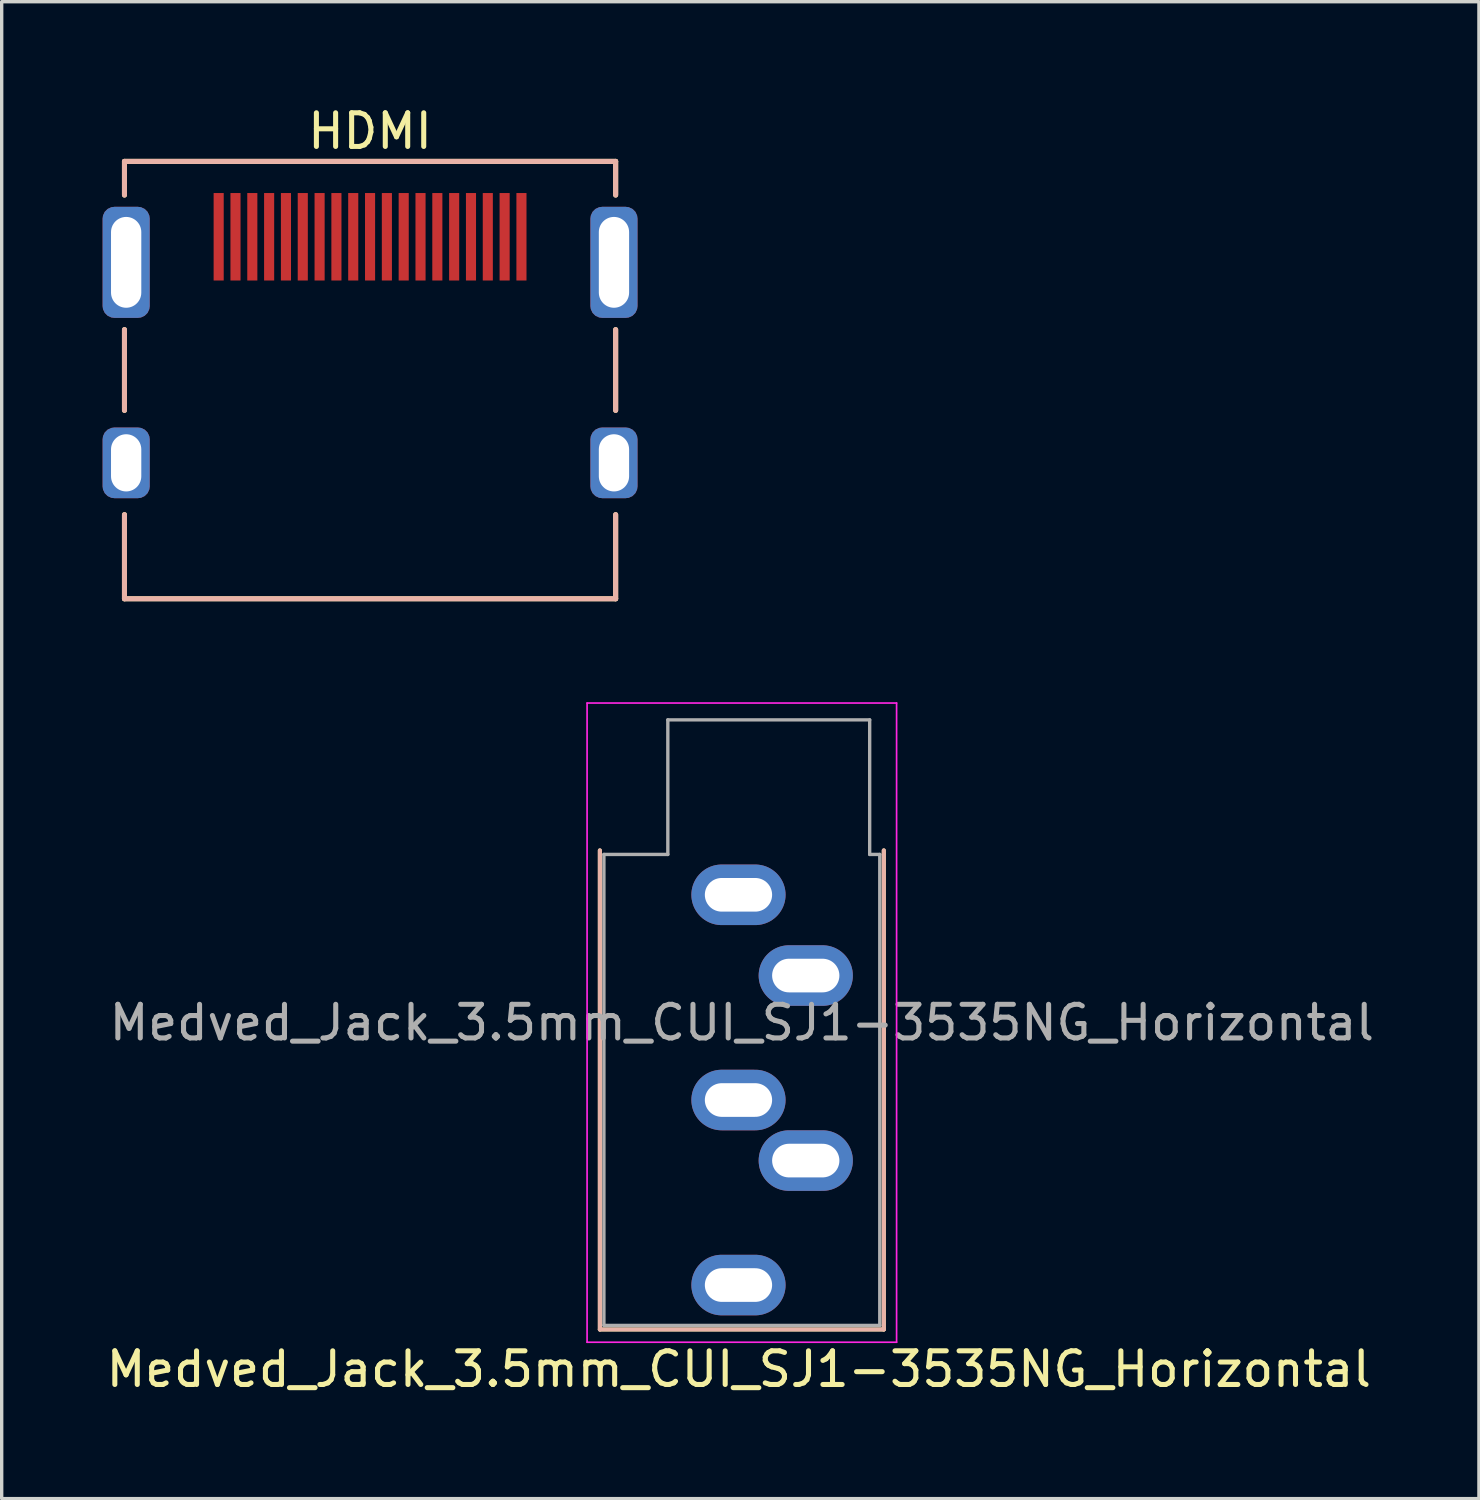
<source format=kicad_pcb>
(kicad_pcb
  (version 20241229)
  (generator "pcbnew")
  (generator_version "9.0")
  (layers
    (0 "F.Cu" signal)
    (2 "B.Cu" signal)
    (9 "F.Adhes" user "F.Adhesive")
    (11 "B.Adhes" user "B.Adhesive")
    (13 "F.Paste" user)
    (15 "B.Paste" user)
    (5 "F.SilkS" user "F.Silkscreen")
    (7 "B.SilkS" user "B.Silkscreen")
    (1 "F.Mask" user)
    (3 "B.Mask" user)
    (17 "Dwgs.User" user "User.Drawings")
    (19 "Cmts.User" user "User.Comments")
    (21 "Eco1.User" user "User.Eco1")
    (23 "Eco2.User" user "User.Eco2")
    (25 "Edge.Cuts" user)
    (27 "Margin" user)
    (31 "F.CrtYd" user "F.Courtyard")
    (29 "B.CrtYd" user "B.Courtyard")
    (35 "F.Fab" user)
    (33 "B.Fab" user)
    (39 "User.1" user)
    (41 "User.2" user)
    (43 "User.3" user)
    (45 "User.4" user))
  (footprint "HDMI"
    (layer "F.Cu")
    (at 7.95 4.748)
    (property "Reference" "HDMI" (at 0 -3.9 180) (layer "F.SilkS") (effects (font (size 1 1) (thickness 0.15))))
    (attr through_hole)
    (fp_line (start -7.3 -3) (end 7.3 -3) (stroke (width 0.15) (type solid)) (layer "F.SilkS"))
    (fp_line (start -7.3 -2) (end -7.3 -3) (stroke (width 0.15) (type solid)) (layer "F.SilkS"))
    (fp_line (start -7.3 2) (end -7.3 4.4) (stroke (width 0.15) (type solid)) (layer "F.SilkS"))
    (fp_line (start -7.3 7.5) (end -7.3 10) (stroke (width 0.15) (type solid)) (layer "F.SilkS"))
    (fp_line (start -7.3 10) (end 7.3 10) (stroke (width 0.15) (type solid)) (layer "F.SilkS"))
    (fp_line (start 7.3 -3) (end 7.3 -2) (stroke (width 0.15) (type solid)) (layer "F.SilkS"))
    (fp_line (start 7.3 2) (end 7.3 4.4) (stroke (width 0.15) (type solid)) (layer "F.SilkS"))
    (fp_line (start 7.3 10) (end 7.3 7.5) (stroke (width 0.15) (type solid)) (layer "F.SilkS"))
    (fp_line (start -7.3 -3) (end 7.3 -3) (stroke (width 0.15) (type solid)) (layer "B.SilkS"))
    (fp_line (start -7.3 -2) (end -7.3 -3) (stroke (width 0.15) (type solid)) (layer "B.SilkS"))
    (fp_line (start -7.3 2) (end -7.3 4.4) (stroke (width 0.15) (type solid)) (layer "B.SilkS"))
    (fp_line (start -7.3 7.5) (end -7.3 10) (stroke (width 0.15) (type solid)) (layer "B.SilkS"))
    (fp_line (start -7.3 10) (end 7.3 10) (stroke (width 0.15) (type solid)) (layer "B.SilkS"))
    (fp_line (start 7.3 -3) (end 7.3 -2) (stroke (width 0.15) (type solid)) (layer "B.SilkS"))
    (fp_line (start 7.3 2) (end 7.3 4.4) (stroke (width 0.15) (type solid)) (layer "B.SilkS"))
    (fp_line (start 7.3 10) (end 7.3 7.5) (stroke (width 0.15) (type solid)) (layer "B.SilkS"))
    (pad "1" smd rect (at 4.5 -0.76) (size 0.3 2.6) (layers "F.Cu" "F.Mask" "F.Paste"))
    (pad "2" smd rect (at 4 -0.76) (size 0.3 2.6) (layers "F.Cu" "F.Mask" "F.Paste"))
    (pad "3" smd rect (at 3.5 -0.76) (size 0.3 2.6) (layers "F.Cu" "F.Mask" "F.Paste"))
    (pad "4" smd rect (at 3 -0.76) (size 0.3 2.6) (layers "F.Cu" "F.Mask" "F.Paste"))
    (pad "5" smd rect (at 2.5 -0.76) (size 0.3 2.6) (layers "F.Cu" "F.Mask" "F.Paste"))
    (pad "6" smd rect (at 2 -0.76) (size 0.3 2.6) (layers "F.Cu" "F.Mask" "F.Paste"))
    (pad "7" smd rect (at 1.5 -0.76) (size 0.3 2.6) (layers "F.Cu" "F.Mask" "F.Paste"))
    (pad "8" smd rect (at 1 -0.76) (size 0.3 2.6) (layers "F.Cu" "F.Mask" "F.Paste"))
    (pad "9" smd rect (at 0.5 -0.76) (size 0.3 2.6) (layers "F.Cu" "F.Mask" "F.Paste"))
    (pad "10" smd rect (at 0 -0.76) (size 0.3 2.6) (layers "F.Cu" "F.Mask" "F.Paste"))
    (pad "11" smd rect (at -0.5 -0.76) (size 0.3 2.6) (layers "F.Cu" "F.Mask" "F.Paste"))
    (pad "12" smd rect (at -1 -0.76) (size 0.3 2.6) (layers "F.Cu" "F.Mask" "F.Paste"))
    (pad "13" smd rect (at -1.5 -0.76) (size 0.3 2.6) (layers "F.Cu" "F.Mask" "F.Paste"))
    (pad "14" smd rect (at -2 -0.76) (size 0.3 2.6) (layers "F.Cu" "F.Mask" "F.Paste"))
    (pad "15" smd rect (at -2.5 -0.76) (size 0.3 2.6) (layers "F.Cu" "F.Mask" "F.Paste"))
    (pad "16" smd rect (at -3 -0.76) (size 0.3 2.6) (layers "F.Cu" "F.Mask" "F.Paste"))
    (pad "17" smd rect (at -3.5 -0.76) (size 0.3 2.6) (layers "F.Cu" "F.Mask" "F.Paste"))
    (pad "18" smd rect (at -4 -0.76) (size 0.3 2.6) (layers "F.Cu" "F.Mask" "F.Paste"))
    (pad "19" smd rect (at -4.5 -0.76) (size 0.3 2.6) (layers "F.Cu" "F.Mask" "F.Paste"))
    (pad "20" thru_hole roundrect (at -7.25 0) (size 1.4 3.3) (drill oval 0.9 2.7) (layers "*.Cu" "*.Mask") (roundrect_rratio 0.25))
    (pad "21" thru_hole roundrect (at -7.25 5.96) (size 1.4 2.1) (drill oval 0.9 1.7) (layers "*.Cu" "*.Mask") (roundrect_rratio 0.25))
    (pad "22" thru_hole roundrect (at 7.25 5.96) (size 1.4 2.1) (drill oval 0.9 1.7) (layers "*.Cu" "*.Mask") (roundrect_rratio 0.25))
    (pad "23" thru_hole roundrect (at 7.25 0) (size 1.4 3.3) (drill oval 0.9 2.7) (layers "*.Cu" "*.Mask") (roundrect_rratio 0.25)))
  (footprint "Medved_Jack_3.5mm_CUI_SJ1-3535NG_Horizontal"
    (layer "F.Cu")
    (at 18.901 23.548)
    (property "Reference" "Medved_Jack_3.5mm_CUI_SJ1-3535NG_Horizontal" (at 0.01 14.1 0) (layer "F.SilkS") (effects (font (size 1 1) (thickness 0.15))))
    (attr through_hole)
    (fp_line (start -4.12 12.92) (end -4.12 -1.32) (stroke (width 0.12) (type solid)) (layer "F.SilkS"))
    (fp_line (start 4.32 -1.32) (end 4.32 12.92) (stroke (width 0.12) (type solid)) (layer "F.SilkS"))
    (fp_line (start 4.32 12.92) (end -4.12 12.92) (stroke (width 0.12) (type solid)) (layer "F.SilkS"))
    (fp_line (start -4.12 12.92) (end -4.12 -1.32) (stroke (width 0.12) (type solid)) (layer "B.SilkS"))
    (fp_line (start 4.32 -1.32) (end 4.32 12.92) (stroke (width 0.12) (type solid)) (layer "B.SilkS"))
    (fp_line (start 4.32 12.92) (end -4.12 12.92) (stroke (width 0.12) (type solid)) (layer "B.SilkS"))
    (fp_line (start -4.5 -5.7) (end -4.5 13.3) (stroke (width 0.05) (type solid)) (layer "F.CrtYd"))
    (fp_line (start -4.5 13.3) (end 4.7 13.3) (stroke (width 0.05) (type solid)) (layer "F.CrtYd"))
    (fp_line (start 4.7 -5.7) (end -4.5 -5.7) (stroke (width 0.05) (type solid)) (layer "F.CrtYd"))
    (fp_line (start 4.7 13.3) (end 4.7 -5.7) (stroke (width 0.05) (type solid)) (layer "F.CrtYd"))
    (fp_line (start -4 -1.2) (end -2.1 -1.2) (stroke (width 0.1) (type solid)) (layer "F.Fab"))
    (fp_line (start -4 12.8) (end -4 -1.2) (stroke (width 0.1) (type solid)) (layer "F.Fab"))
    (fp_line (start -2.1 -5.2) (end 3.9 -5.2) (stroke (width 0.1) (type solid)) (layer "F.Fab"))
    (fp_line (start -2.1 -1.2) (end -2.1 -5.2) (stroke (width 0.1) (type solid)) (layer "F.Fab"))
    (fp_line (start 3.9 -5.2) (end 3.9 -1.2) (stroke (width 0.1) (type solid)) (layer "F.Fab"))
    (fp_line (start 3.9 -1.2) (end 4.2 -1.2) (stroke (width 0.1) (type solid)) (layer "F.Fab"))
    (fp_line (start 4.2 -1.2) (end 4.2 12.8) (stroke (width 0.1) (type solid)) (layer "F.Fab"))
    (fp_line (start 4.2 12.8) (end -4 12.8) (stroke (width 0.1) (type solid)) (layer "F.Fab"))
    (fp_text user "${REFERENCE}" (at 0.1 3.8 0) (layer "F.Fab") (effects (font (size 1 1) (thickness 0.15))))
    (pad "R" thru_hole oval (at 2 7.9) (size 2.8 1.8) (drill oval 2 1) (layers "*.Cu" "*.Mask"))
    (pad "RN" thru_hole oval (at 0 6.1) (size 2.8 1.8) (drill oval 2 1) (layers "*.Cu" "*.Mask"))
    (pad "S" thru_hole oval (at 0 0) (size 2.8 1.8) (drill oval 2 1) (layers "*.Cu" "*.Mask"))
    (pad "T" thru_hole oval (at 2 2.4) (size 2.8 1.8) (drill oval 2 1) (layers "*.Cu" "*.Mask"))
    (pad "TN" thru_hole oval (at 0 11.6) (size 2.8 1.8) (drill oval 2 1) (layers "*.Cu" "*.Mask")))
  (gr_rect
    (start -3 -3)
    (end 40.911 41.496)
    (stroke (width 0.1) (type default))
    (fill no)
    (layer "Edge.Cuts")))
</source>
